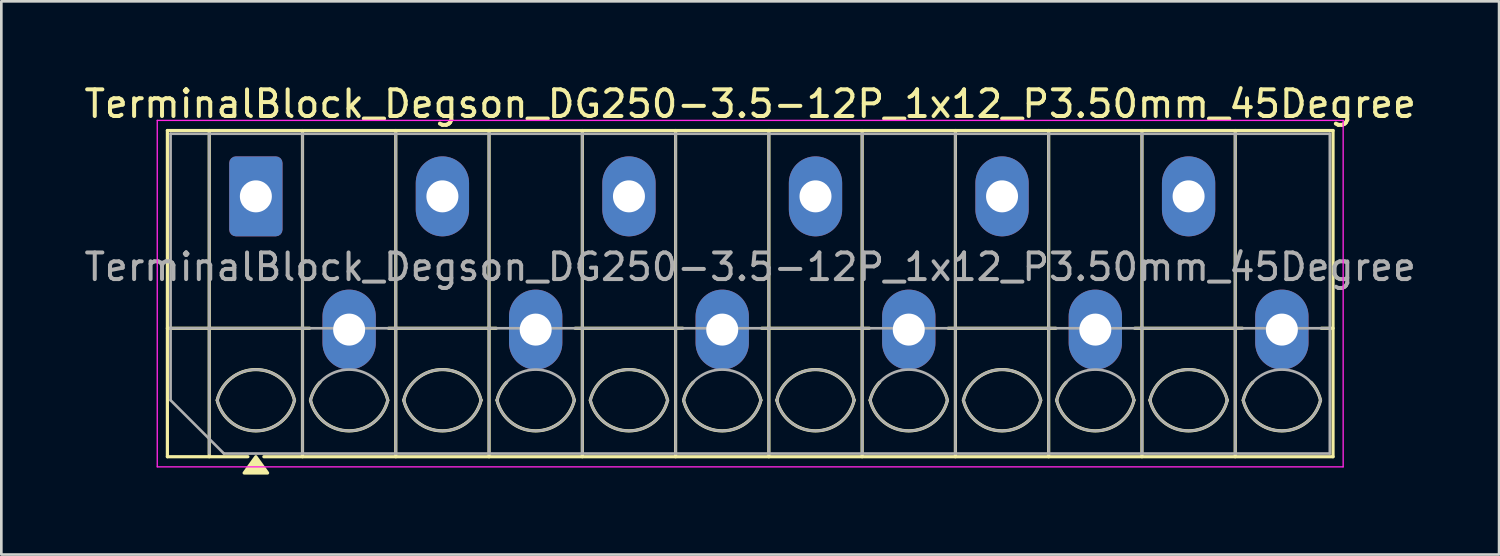
<source format=kicad_pcb>
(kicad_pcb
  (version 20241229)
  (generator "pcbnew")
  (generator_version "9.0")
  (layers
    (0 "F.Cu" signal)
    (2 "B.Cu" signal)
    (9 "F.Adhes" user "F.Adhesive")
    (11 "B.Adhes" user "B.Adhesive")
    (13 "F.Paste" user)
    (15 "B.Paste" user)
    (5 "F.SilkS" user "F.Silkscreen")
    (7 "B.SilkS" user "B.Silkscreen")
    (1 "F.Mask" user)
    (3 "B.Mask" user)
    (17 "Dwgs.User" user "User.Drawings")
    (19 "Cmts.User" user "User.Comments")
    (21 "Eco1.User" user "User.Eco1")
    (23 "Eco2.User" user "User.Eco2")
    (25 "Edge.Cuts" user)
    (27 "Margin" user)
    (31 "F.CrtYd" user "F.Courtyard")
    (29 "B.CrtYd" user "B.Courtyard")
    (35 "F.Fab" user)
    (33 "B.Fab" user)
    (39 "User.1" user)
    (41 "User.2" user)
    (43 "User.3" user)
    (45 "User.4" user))
  (footprint "TerminalBlock_Degson_DG250-3.5-12P_1x12_P3.50mm_45Degree"
    (layer "F.Cu")
    (at 6.551 4.318)
    (property "Reference" "TerminalBlock_Degson_DG250-3.5-12P_1x12_P3.50mm_45Degree" (at 18.55 -3.47 0) (layer "F.SilkS") (effects (font (size 1 1) (thickness 0.15))))
    (attr through_hole)
    (fp_line (start -3.32 -2.47) (end -3.32 9.77) (stroke (width 0.12) (type solid)) (layer "F.SilkS"))
    (fp_line (start -3.32 -2.47) (end 40.42 -2.47) (stroke (width 0.12) (type solid)) (layer "F.SilkS"))
    (fp_line (start -3.32 4.95) (end 2.02 4.95) (stroke (width 0.12) (type solid)) (layer "F.SilkS"))
    (fp_line (start -3.32 9.77) (end -0.3 9.77) (stroke (width 0.12) (type solid)) (layer "F.SilkS"))
    (fp_line (start -1.75 -2.47) (end -1.75 9.77) (stroke (width 0.12) (type solid)) (layer "F.SilkS"))
    (fp_line (start 0.3 9.77) (end 40.42 9.77) (stroke (width 0.12) (type solid)) (layer "F.SilkS"))
    (fp_line (start 1.75 -2.47) (end 1.75 9.77) (stroke (width 0.12) (type solid)) (layer "F.SilkS"))
    (fp_line (start 4.98 4.95) (end 9.02 4.95) (stroke (width 0.12) (type solid)) (layer "F.SilkS"))
    (fp_line (start 5.25 -2.47) (end 5.25 9.77) (stroke (width 0.12) (type solid)) (layer "F.SilkS"))
    (fp_line (start 8.75 -2.47) (end 8.75 9.77) (stroke (width 0.12) (type solid)) (layer "F.SilkS"))
    (fp_line (start 11.98 4.95) (end 16.02 4.95) (stroke (width 0.12) (type solid)) (layer "F.SilkS"))
    (fp_line (start 12.25 -2.47) (end 12.25 9.77) (stroke (width 0.12) (type solid)) (layer "F.SilkS"))
    (fp_line (start 15.75 -2.47) (end 15.75 9.77) (stroke (width 0.12) (type solid)) (layer "F.SilkS"))
    (fp_line (start 18.98 4.95) (end 23.02 4.95) (stroke (width 0.12) (type solid)) (layer "F.SilkS"))
    (fp_line (start 19.25 -2.47) (end 19.25 9.77) (stroke (width 0.12) (type solid)) (layer "F.SilkS"))
    (fp_line (start 22.75 -2.47) (end 22.75 9.77) (stroke (width 0.12) (type solid)) (layer "F.SilkS"))
    (fp_line (start 25.98 4.95) (end 30.02 4.95) (stroke (width 0.12) (type solid)) (layer "F.SilkS"))
    (fp_line (start 26.25 -2.47) (end 26.25 9.77) (stroke (width 0.12) (type solid)) (layer "F.SilkS"))
    (fp_line (start 29.75 -2.47) (end 29.75 9.77) (stroke (width 0.12) (type solid)) (layer "F.SilkS"))
    (fp_line (start 32.98 4.95) (end 37.02 4.95) (stroke (width 0.12) (type solid)) (layer "F.SilkS"))
    (fp_line (start 33.25 -2.47) (end 33.25 9.77) (stroke (width 0.12) (type solid)) (layer "F.SilkS"))
    (fp_line (start 36.75 -2.47) (end 36.75 9.77) (stroke (width 0.12) (type solid)) (layer "F.SilkS"))
    (fp_line (start 39.98 4.95) (end 40.42 4.95) (stroke (width 0.12) (type solid)) (layer "F.SilkS"))
    (fp_line (start 40.42 -2.47) (end 40.42 9.77) (stroke (width 0.12) (type solid)) (layer "F.SilkS"))
    (fp_arc (start -1.45 7.65) (mid 0 6.5) (end 1.45 7.65) (stroke (width 0.12) (type solid)) (layer "F.SilkS"))
    (fp_arc (start 1.45 7.65) (mid 0 8.8) (end -1.45 7.65) (stroke (width 0.12) (type solid)) (layer "F.SilkS"))
    (fp_arc (start 2.05 7.65) (mid 2.18402 7.291962) (end 2.405 6.98) (stroke (width 0.12) (type solid)) (layer "F.SilkS"))
    (fp_arc (start 4.595 6.98) (mid 4.81598 7.291962) (end 4.95 7.65) (stroke (width 0.12) (type solid)) (layer "F.SilkS"))
    (fp_arc (start 4.95 7.65) (mid 3.5 8.8) (end 2.05 7.65) (stroke (width 0.12) (type solid)) (layer "F.SilkS"))
    (fp_arc (start 5.55 7.65) (mid 7 6.5) (end 8.45 7.65) (stroke (width 0.12) (type solid)) (layer "F.SilkS"))
    (fp_arc (start 8.45 7.65) (mid 7 8.8) (end 5.55 7.65) (stroke (width 0.12) (type solid)) (layer "F.SilkS"))
    (fp_arc (start 9.05 7.65) (mid 9.18402 7.291962) (end 9.405 6.98) (stroke (width 0.12) (type solid)) (layer "F.SilkS"))
    (fp_arc (start 11.595 6.98) (mid 11.81598 7.291962) (end 11.95 7.65) (stroke (width 0.12) (type solid)) (layer "F.SilkS"))
    (fp_arc (start 11.95 7.65) (mid 10.5 8.8) (end 9.05 7.65) (stroke (width 0.12) (type solid)) (layer "F.SilkS"))
    (fp_arc (start 12.55 7.65) (mid 14 6.5) (end 15.45 7.65) (stroke (width 0.12) (type solid)) (layer "F.SilkS"))
    (fp_arc (start 15.45 7.65) (mid 14 8.8) (end 12.55 7.65) (stroke (width 0.12) (type solid)) (layer "F.SilkS"))
    (fp_arc (start 16.05 7.65) (mid 16.18402 7.291962) (end 16.405 6.98) (stroke (width 0.12) (type solid)) (layer "F.SilkS"))
    (fp_arc (start 18.595 6.98) (mid 18.81598 7.291962) (end 18.95 7.65) (stroke (width 0.12) (type solid)) (layer "F.SilkS"))
    (fp_arc (start 18.95 7.65) (mid 17.5 8.8) (end 16.05 7.65) (stroke (width 0.12) (type solid)) (layer "F.SilkS"))
    (fp_arc (start 19.55 7.65) (mid 21 6.5) (end 22.45 7.65) (stroke (width 0.12) (type solid)) (layer "F.SilkS"))
    (fp_arc (start 22.45 7.65) (mid 21 8.8) (end 19.55 7.65) (stroke (width 0.12) (type solid)) (layer "F.SilkS"))
    (fp_arc (start 23.05 7.65) (mid 23.18402 7.291962) (end 23.405 6.98) (stroke (width 0.12) (type solid)) (layer "F.SilkS"))
    (fp_arc (start 25.595 6.98) (mid 25.81598 7.291962) (end 25.95 7.65) (stroke (width 0.12) (type solid)) (layer "F.SilkS"))
    (fp_arc (start 25.95 7.65) (mid 24.5 8.8) (end 23.05 7.65) (stroke (width 0.12) (type solid)) (layer "F.SilkS"))
    (fp_arc (start 26.55 7.65) (mid 28 6.5) (end 29.45 7.65) (stroke (width 0.12) (type solid)) (layer "F.SilkS"))
    (fp_arc (start 29.45 7.65) (mid 28 8.8) (end 26.55 7.65) (stroke (width 0.12) (type solid)) (layer "F.SilkS"))
    (fp_arc (start 30.05 7.65) (mid 30.18402 7.291962) (end 30.405 6.98) (stroke (width 0.12) (type solid)) (layer "F.SilkS"))
    (fp_arc (start 32.595 6.98) (mid 32.81598 7.291962) (end 32.95 7.65) (stroke (width 0.12) (type solid)) (layer "F.SilkS"))
    (fp_arc (start 32.95 7.65) (mid 31.5 8.8) (end 30.05 7.65) (stroke (width 0.12) (type solid)) (layer "F.SilkS"))
    (fp_arc (start 33.55 7.65) (mid 35 6.5) (end 36.45 7.65) (stroke (width 0.12) (type solid)) (layer "F.SilkS"))
    (fp_arc (start 36.45 7.65) (mid 35 8.8) (end 33.55 7.65) (stroke (width 0.12) (type solid)) (layer "F.SilkS"))
    (fp_arc (start 37.05 7.65) (mid 37.18402 7.291962) (end 37.405 6.98) (stroke (width 0.12) (type solid)) (layer "F.SilkS"))
    (fp_arc (start 39.595 6.98) (mid 39.81598 7.291962) (end 39.95 7.65) (stroke (width 0.12) (type solid)) (layer "F.SilkS"))
    (fp_arc (start 39.95 7.65) (mid 38.5 8.8) (end 37.05 7.65) (stroke (width 0.12) (type solid)) (layer "F.SilkS"))
    (fp_poly (pts (xy 0 9.77) (xy 0.44 10.38) (xy -0.44 10.38)) (stroke (width 0.12) (type solid)) (fill yes) (layer "F.SilkS"))
    (fp_line (start -3.7 -2.85) (end -3.7 10.15) (stroke (width 0.05) (type solid)) (layer "F.CrtYd"))
    (fp_line (start -3.7 10.15) (end 40.8 10.15) (stroke (width 0.05) (type solid)) (layer "F.CrtYd"))
    (fp_line (start 40.8 -2.85) (end -3.7 -2.85) (stroke (width 0.05) (type solid)) (layer "F.CrtYd"))
    (fp_line (start 40.8 10.15) (end 40.8 -2.85) (stroke (width 0.05) (type solid)) (layer "F.CrtYd"))
    (fp_line (start -3.2 -2.35) (end 40.3 -2.35) (stroke (width 0.1) (type solid)) (layer "F.Fab"))
    (fp_line (start -3.2 4.95) (end 40.3 4.95) (stroke (width 0.1) (type solid)) (layer "F.Fab"))
    (fp_line (start -3.2 7.65) (end -3.2 -2.35) (stroke (width 0.1) (type solid)) (layer "F.Fab"))
    (fp_line (start -1.75 -2.35) (end -1.75 9.65) (stroke (width 0.1) (type solid)) (layer "F.Fab"))
    (fp_line (start -1.2 9.65) (end -3.2 7.65) (stroke (width 0.1) (type solid)) (layer "F.Fab"))
    (fp_line (start 1.75 -2.35) (end 1.75 9.65) (stroke (width 0.1) (type solid)) (layer "F.Fab"))
    (fp_line (start 5.25 -2.35) (end 5.25 9.65) (stroke (width 0.1) (type solid)) (layer "F.Fab"))
    (fp_line (start 8.75 -2.35) (end 8.75 9.65) (stroke (width 0.1) (type solid)) (layer "F.Fab"))
    (fp_line (start 12.25 -2.35) (end 12.25 9.65) (stroke (width 0.1) (type solid)) (layer "F.Fab"))
    (fp_line (start 15.75 -2.35) (end 15.75 9.65) (stroke (width 0.1) (type solid)) (layer "F.Fab"))
    (fp_line (start 19.25 -2.35) (end 19.25 9.65) (stroke (width 0.1) (type solid)) (layer "F.Fab"))
    (fp_line (start 22.75 -2.35) (end 22.75 9.65) (stroke (width 0.1) (type solid)) (layer "F.Fab"))
    (fp_line (start 26.25 -2.35) (end 26.25 9.65) (stroke (width 0.1) (type solid)) (layer "F.Fab"))
    (fp_line (start 29.75 -2.35) (end 29.75 9.65) (stroke (width 0.1) (type solid)) (layer "F.Fab"))
    (fp_line (start 33.25 -2.35) (end 33.25 9.65) (stroke (width 0.1) (type solid)) (layer "F.Fab"))
    (fp_line (start 36.75 -2.35) (end 36.75 9.65) (stroke (width 0.1) (type solid)) (layer "F.Fab"))
    (fp_line (start 40.3 -2.35) (end 40.3 9.65) (stroke (width 0.1) (type solid)) (layer "F.Fab"))
    (fp_line (start 40.3 9.65) (end -1.2 9.65) (stroke (width 0.1) (type solid)) (layer "F.Fab"))
    (fp_arc (start -1.45 7.65) (mid 0 6.5) (end 1.45 7.65) (stroke (width 0.1) (type solid)) (layer "F.Fab"))
    (fp_arc (start 1.45 7.65) (mid 0 8.8) (end -1.45 7.65) (stroke (width 0.1) (type solid)) (layer "F.Fab"))
    (fp_arc (start 2.05 7.65) (mid 3.5 6.5) (end 4.95 7.65) (stroke (width 0.1) (type solid)) (layer "F.Fab"))
    (fp_arc (start 4.95 7.65) (mid 3.5 8.8) (end 2.05 7.65) (stroke (width 0.1) (type solid)) (layer "F.Fab"))
    (fp_arc (start 5.55 7.65) (mid 7 6.5) (end 8.45 7.65) (stroke (width 0.1) (type solid)) (layer "F.Fab"))
    (fp_arc (start 8.45 7.65) (mid 7 8.8) (end 5.55 7.65) (stroke (width 0.1) (type solid)) (layer "F.Fab"))
    (fp_arc (start 9.05 7.65) (mid 10.5 6.5) (end 11.95 7.65) (stroke (width 0.1) (type solid)) (layer "F.Fab"))
    (fp_arc (start 11.95 7.65) (mid 10.5 8.8) (end 9.05 7.65) (stroke (width 0.1) (type solid)) (layer "F.Fab"))
    (fp_arc (start 12.55 7.65) (mid 14 6.5) (end 15.45 7.65) (stroke (width 0.1) (type solid)) (layer "F.Fab"))
    (fp_arc (start 15.45 7.65) (mid 14 8.8) (end 12.55 7.65) (stroke (width 0.1) (type solid)) (layer "F.Fab"))
    (fp_arc (start 16.05 7.65) (mid 17.5 6.5) (end 18.95 7.65) (stroke (width 0.1) (type solid)) (layer "F.Fab"))
    (fp_arc (start 18.95 7.65) (mid 17.5 8.8) (end 16.05 7.65) (stroke (width 0.1) (type solid)) (layer "F.Fab"))
    (fp_arc (start 19.55 7.65) (mid 21 6.5) (end 22.45 7.65) (stroke (width 0.1) (type solid)) (layer "F.Fab"))
    (fp_arc (start 22.45 7.65) (mid 21 8.8) (end 19.55 7.65) (stroke (width 0.1) (type solid)) (layer "F.Fab"))
    (fp_arc (start 23.05 7.65) (mid 24.5 6.5) (end 25.95 7.65) (stroke (width 0.1) (type solid)) (layer "F.Fab"))
    (fp_arc (start 25.95 7.65) (mid 24.5 8.8) (end 23.05 7.65) (stroke (width 0.1) (type solid)) (layer "F.Fab"))
    (fp_arc (start 26.55 7.65) (mid 28 6.5) (end 29.45 7.65) (stroke (width 0.1) (type solid)) (layer "F.Fab"))
    (fp_arc (start 29.45 7.65) (mid 28 8.8) (end 26.55 7.65) (stroke (width 0.1) (type solid)) (layer "F.Fab"))
    (fp_arc (start 30.05 7.65) (mid 31.5 6.5) (end 32.95 7.65) (stroke (width 0.1) (type solid)) (layer "F.Fab"))
    (fp_arc (start 32.95 7.65) (mid 31.5 8.8) (end 30.05 7.65) (stroke (width 0.1) (type solid)) (layer "F.Fab"))
    (fp_arc (start 33.55 7.65) (mid 35 6.5) (end 36.45 7.65) (stroke (width 0.1) (type solid)) (layer "F.Fab"))
    (fp_arc (start 36.45 7.65) (mid 35 8.8) (end 33.55 7.65) (stroke (width 0.1) (type solid)) (layer "F.Fab"))
    (fp_arc (start 37.05 7.65) (mid 38.5 6.5) (end 39.95 7.65) (stroke (width 0.1) (type solid)) (layer "F.Fab"))
    (fp_arc (start 39.95 7.65) (mid 38.5 8.8) (end 37.05 7.65) (stroke (width 0.1) (type solid)) (layer "F.Fab"))
    (fp_text user "${REFERENCE}" (at 18.55 2.65 0) (layer "F.Fab") (effects (font (size 1 1) (thickness 0.15))))
    (pad "1" thru_hole roundrect (at 0 0) (size 2 3) (drill 1.2) (layers "*.Cu" "*.Mask") (roundrect_rratio 0.125))
    (pad "2" thru_hole oval (at 3.5 5) (size 2 3) (drill 1.2) (layers "*.Cu" "*.Mask"))
    (pad "3" thru_hole oval (at 7 0) (size 2 3) (drill 1.2) (layers "*.Cu" "*.Mask"))
    (pad "4" thru_hole oval (at 10.5 5) (size 2 3) (drill 1.2) (layers "*.Cu" "*.Mask"))
    (pad "5" thru_hole oval (at 14 0) (size 2 3) (drill 1.2) (layers "*.Cu" "*.Mask"))
    (pad "6" thru_hole oval (at 17.5 5) (size 2 3) (drill 1.2) (layers "*.Cu" "*.Mask"))
    (pad "7" thru_hole oval (at 21 0) (size 2 3) (drill 1.2) (layers "*.Cu" "*.Mask"))
    (pad "8" thru_hole oval (at 24.5 5) (size 2 3) (drill 1.2) (layers "*.Cu" "*.Mask"))
    (pad "9" thru_hole oval (at 28 0) (size 2 3) (drill 1.2) (layers "*.Cu" "*.Mask"))
    (pad "10" thru_hole oval (at 31.5 5) (size 2 3) (drill 1.2) (layers "*.Cu" "*.Mask"))
    (pad "11" thru_hole oval (at 35 0) (size 2 3) (drill 1.2) (layers "*.Cu" "*.Mask"))
    (pad "12" thru_hole oval (at 38.5 5) (size 2 3) (drill 1.2) (layers "*.Cu" "*.Mask")))
  (gr_rect
    (start -3 -3)
    (end 53.202 17.758)
    (stroke (width 0.1) (type default))
    (fill no)
    (layer "Edge.Cuts")))
</source>
